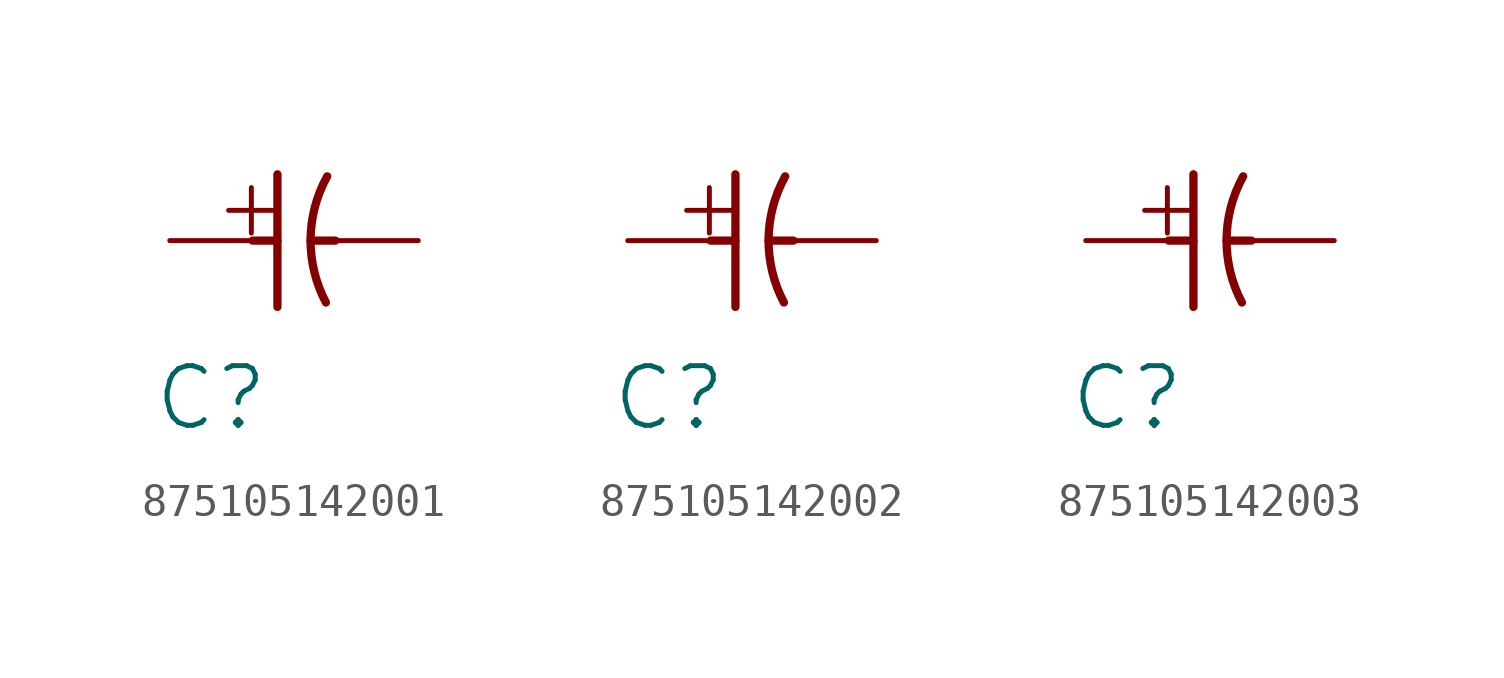
<source format=kicad_sym>
(kicad_symbol_lib
  (version 20231120)
  (generator "kicad_symbol_editor")
  (generator_version "8.0")
  (symbol "875105142001"
    (property "Reference" "C"
      (at 1.27 -4.826 0)
      (effects (font (size 1.829 1.829))))
    (symbol "875105142001_1_0"
      (polyline (pts (xy 2.54 0) (xy 3.302 0)) (stroke (width 0.254) (type solid)) (fill (type none)))
      (polyline (pts (xy 3.302 2.032) (xy 3.302 -2.032)) (stroke (width 0.254) (type solid)) (fill (type none)))
      (polyline (pts (xy 5.08 0) (xy 4.318 0)) (stroke (width 0.254) (type solid)) (fill (type none)))
      (arc (start 4.8275 1.9703) (mid 4.3182 0.0411) (end 4.7884 -1.898) (stroke (width 0.254) (type solid)) (fill (type none)))
      (text "+" (at 1.27 0 0) (effects (font (size 1.829 1.829)) (justify left bottom)))
      (pin passive line (at 0 0 0) (length 2.54) (name "P" (effects (font (size 0 0)))) (number "1" (effects (font (size 0 0)))))
      (pin passive line (at 7.62 0 180) (length 2.54) (name "N" (effects (font (size 0 0)))) (number "2" (effects (font (size 0 0)))))))
  (symbol "875105142002"
    (property "Reference" "C"
      (at 1.27 -4.826 0)
      (effects (font (size 1.829 1.829))))
    (symbol "875105142002_1_0"
      (polyline (pts (xy 2.54 0) (xy 3.302 0)) (stroke (width 0.254) (type solid)) (fill (type none)))
      (polyline (pts (xy 3.302 2.032) (xy 3.302 -2.032)) (stroke (width 0.254) (type solid)) (fill (type none)))
      (polyline (pts (xy 5.08 0) (xy 4.318 0)) (stroke (width 0.254) (type solid)) (fill (type none)))
      (arc (start 4.8275 1.9703) (mid 4.3182 0.0411) (end 4.7884 -1.898) (stroke (width 0.254) (type solid)) (fill (type none)))
      (text "+" (at 1.27 0 0) (effects (font (size 1.829 1.829)) (justify left bottom)))
      (pin passive line (at 0 0 0) (length 2.54) (name "P" (effects (font (size 0 0)))) (number "1" (effects (font (size 0 0)))))
      (pin passive line (at 7.62 0 180) (length 2.54) (name "N" (effects (font (size 0 0)))) (number "2" (effects (font (size 0 0)))))))
  (symbol "875105142003"
    (property "Reference" "C"
      (at 1.27 -4.826 0)
      (effects (font (size 1.829 1.829))))
    (symbol "875105142003_1_0"
      (polyline (pts (xy 2.54 0) (xy 3.302 0)) (stroke (width 0.254) (type solid)) (fill (type none)))
      (polyline (pts (xy 3.302 2.032) (xy 3.302 -2.032)) (stroke (width 0.254) (type solid)) (fill (type none)))
      (polyline (pts (xy 5.08 0) (xy 4.318 0)) (stroke (width 0.254) (type solid)) (fill (type none)))
      (arc (start 4.8275 1.9703) (mid 4.3182 0.0411) (end 4.7884 -1.898) (stroke (width 0.254) (type solid)) (fill (type none)))
      (text "+" (at 1.27 0 0) (effects (font (size 1.829 1.829)) (justify left bottom)))
      (pin passive line (at 0 0 0) (length 2.54) (name "P" (effects (font (size 0 0)))) (number "1" (effects (font (size 0 0)))))
      (pin passive line (at 7.62 0 180) (length 2.54) (name "N" (effects (font (size 0 0)))) (number "2" (effects (font (size 0 0))))))))
</source>
